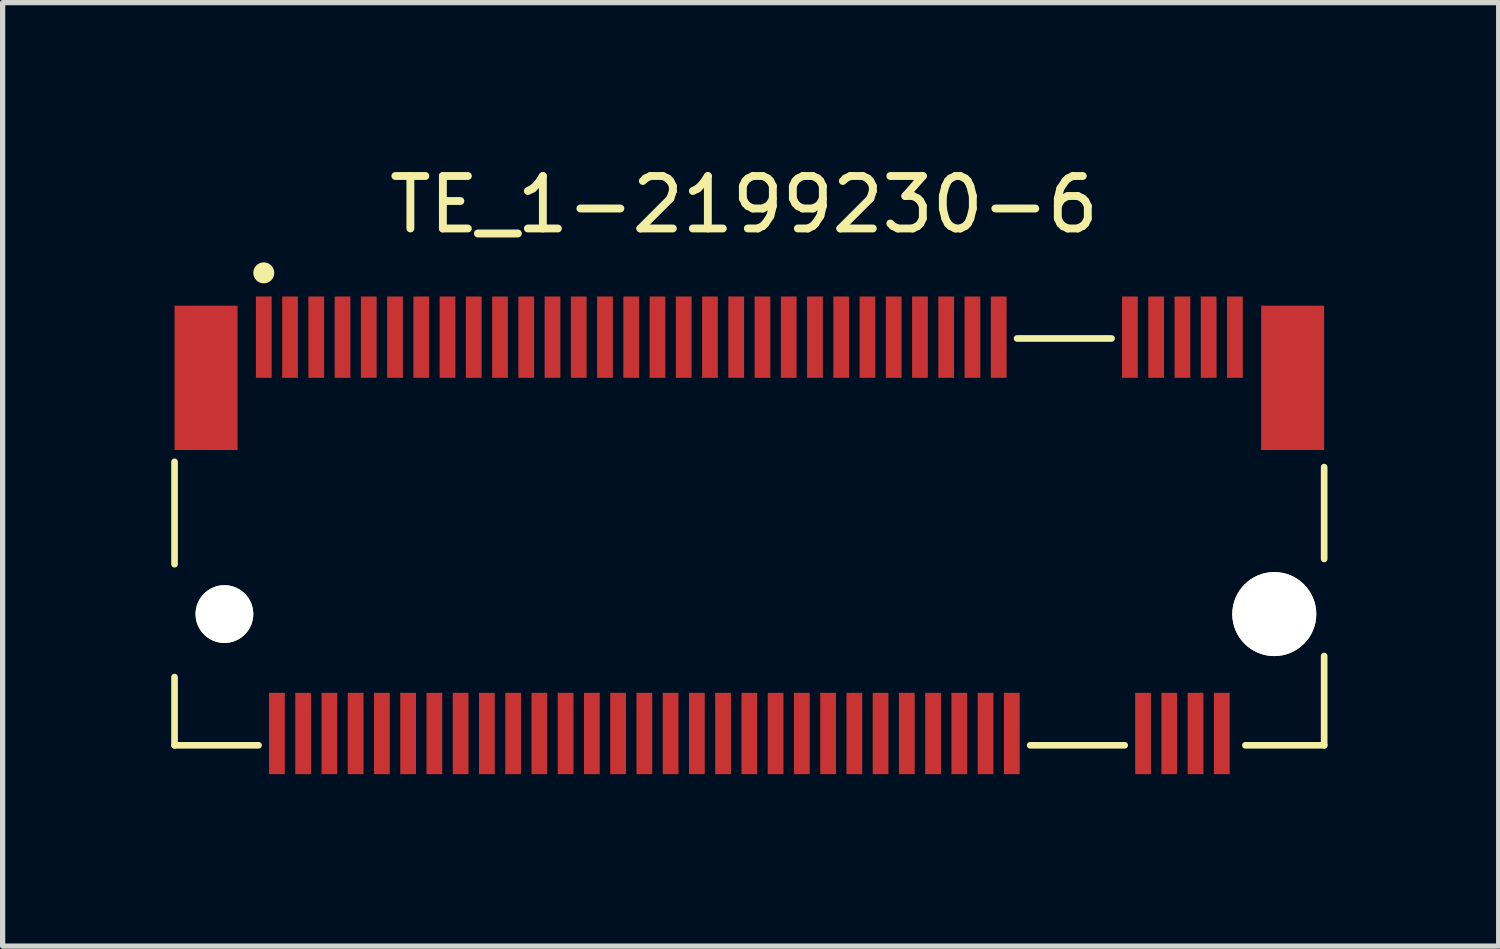
<source format=kicad_pcb>
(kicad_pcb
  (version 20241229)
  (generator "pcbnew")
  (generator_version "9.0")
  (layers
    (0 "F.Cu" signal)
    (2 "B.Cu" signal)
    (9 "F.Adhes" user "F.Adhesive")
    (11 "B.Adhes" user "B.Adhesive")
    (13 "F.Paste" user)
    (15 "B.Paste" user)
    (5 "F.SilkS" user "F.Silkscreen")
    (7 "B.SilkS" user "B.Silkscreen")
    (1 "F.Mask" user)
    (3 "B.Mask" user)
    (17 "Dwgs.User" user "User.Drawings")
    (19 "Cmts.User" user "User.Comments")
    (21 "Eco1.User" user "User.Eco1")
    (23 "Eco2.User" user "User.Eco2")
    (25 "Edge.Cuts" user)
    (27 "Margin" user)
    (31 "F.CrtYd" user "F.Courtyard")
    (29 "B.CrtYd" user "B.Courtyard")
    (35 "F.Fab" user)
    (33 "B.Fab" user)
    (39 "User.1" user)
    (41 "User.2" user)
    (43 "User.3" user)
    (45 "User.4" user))
  (footprint "TE_1-2199230-6"
    (layer "F.Cu")
    (at 11.225 8.648)
    (property "Reference" "TE_1-2199230-6" (at -0.1 -7.8 0) (layer "F.SilkS") (effects (font (size 1 1) (thickness 0.15))))
    (attr smd)
    (fp_line (start -10.95 -2.9) (end -10.95 -0.95) (stroke (width 0.127) (type solid)) (layer "F.SilkS"))
    (fp_line (start -10.95 1.2) (end -10.95 2.5) (stroke (width 0.127) (type solid)) (layer "F.SilkS"))
    (fp_line (start -10.95 2.5) (end -9.35 2.5) (stroke (width 0.127) (type solid)) (layer "F.SilkS"))
    (fp_line (start 5.1 -5.25) (end 6.9 -5.25) (stroke (width 0.127) (type solid)) (layer "F.SilkS"))
    (fp_line (start 5.35 2.5) (end 7.15 2.5) (stroke (width 0.127) (type solid)) (layer "F.SilkS"))
    (fp_line (start 9.45 2.5) (end 10.95 2.5) (stroke (width 0.127) (type solid)) (layer "F.SilkS"))
    (fp_line (start 10.95 -1.05) (end 10.95 -2.8) (stroke (width 0.127) (type solid)) (layer "F.SilkS"))
    (fp_line (start 10.95 2.5) (end 10.95 0.8) (stroke (width 0.127) (type solid)) (layer "F.SilkS"))
    (fp_circle (center -9.25 -6.5) (end -9.15 -6.5) (stroke (width 0.2) (type solid)) (fill no) (layer "F.SilkS"))
    (fp_line (start -11.2 -6.3) (end -11.2 3.3) (stroke (width 0.05) (type solid)) (layer "Eco1.User"))
    (fp_line (start -11.2 3.3) (end 11.25 3.3) (stroke (width 0.05) (type solid)) (layer "Eco1.User"))
    (fp_line (start 11.25 -6.3) (end -11.2 -6.3) (stroke (width 0.05) (type solid)) (layer "Eco1.User"))
    (fp_line (start 11.25 3.3) (end 11.25 -6.3) (stroke (width 0.05) (type solid)) (layer "Eco1.User"))
    (fp_line (start -10.95 -5.25) (end 10.95 -5.25) (stroke (width 0.127) (type solid)) (layer "Eco2.User"))
    (fp_line (start -10.95 2.5) (end -10.95 -5.25) (stroke (width 0.127) (type solid)) (layer "Eco2.User"))
    (fp_line (start 10.95 -5.25) (end 10.95 2.5) (stroke (width 0.127) (type solid)) (layer "Eco2.User"))
    (fp_line (start 10.95 2.5) (end -10.95 2.5) (stroke (width 0.127) (type solid)) (layer "Eco2.User"))
    (pad "" np_thru_hole circle (at -10 0) (size 1.1 1.1) (drill 1.1) (layers "*.Cu" "*.Mask" "F.SilkS"))
    (pad "" np_thru_hole circle (at 10 0) (size 1.6 1.6) (drill 1.6) (layers "*.Cu" "*.Mask" "F.SilkS"))
    (pad "1" smd rect (at -9.25 -5.275) (size 0.3 1.55) (layers "F.Cu" "F.Mask" "F.Paste"))
    (pad "2" smd rect (at -9 2.275) (size 0.3 1.55) (layers "F.Cu" "F.Mask" "F.Paste"))
    (pad "3" smd rect (at -8.75 -5.275) (size 0.3 1.55) (layers "F.Cu" "F.Mask" "F.Paste"))
    (pad "4" smd rect (at -8.5 2.275) (size 0.3 1.55) (layers "F.Cu" "F.Mask" "F.Paste"))
    (pad "5" smd rect (at -8.25 -5.275) (size 0.3 1.55) (layers "F.Cu" "F.Mask" "F.Paste"))
    (pad "6" smd rect (at -8 2.275) (size 0.3 1.55) (layers "F.Cu" "F.Mask" "F.Paste"))
    (pad "7" smd rect (at -7.75 -5.275) (size 0.3 1.55) (layers "F.Cu" "F.Mask" "F.Paste"))
    (pad "8" smd rect (at -7.5 2.275) (size 0.3 1.55) (layers "F.Cu" "F.Mask" "F.Paste"))
    (pad "9" smd rect (at -7.25 -5.275) (size 0.3 1.55) (layers "F.Cu" "F.Mask" "F.Paste"))
    (pad "10" smd rect (at -7 2.275) (size 0.3 1.55) (layers "F.Cu" "F.Mask" "F.Paste"))
    (pad "11" smd rect (at -6.75 -5.275) (size 0.3 1.55) (layers "F.Cu" "F.Mask" "F.Paste"))
    (pad "12" smd rect (at -6.5 2.275) (size 0.3 1.55) (layers "F.Cu" "F.Mask" "F.Paste"))
    (pad "13" smd rect (at -6.25 -5.275) (size 0.3 1.55) (layers "F.Cu" "F.Mask" "F.Paste"))
    (pad "14" smd rect (at -6 2.275) (size 0.3 1.55) (layers "F.Cu" "F.Mask" "F.Paste"))
    (pad "15" smd rect (at -5.75 -5.275) (size 0.3 1.55) (layers "F.Cu" "F.Mask" "F.Paste"))
    (pad "16" smd rect (at -5.5 2.275) (size 0.3 1.55) (layers "F.Cu" "F.Mask" "F.Paste"))
    (pad "17" smd rect (at -5.25 -5.275) (size 0.3 1.55) (layers "F.Cu" "F.Mask" "F.Paste"))
    (pad "18" smd rect (at -5 2.275) (size 0.3 1.55) (layers "F.Cu" "F.Mask" "F.Paste"))
    (pad "19" smd rect (at -4.75 -5.275) (size 0.3 1.55) (layers "F.Cu" "F.Mask" "F.Paste"))
    (pad "20" smd rect (at -4.5 2.275) (size 0.3 1.55) (layers "F.Cu" "F.Mask" "F.Paste"))
    (pad "21" smd rect (at -4.25 -5.275) (size 0.3 1.55) (layers "F.Cu" "F.Mask" "F.Paste"))
    (pad "22" smd rect (at -4 2.275) (size 0.3 1.55) (layers "F.Cu" "F.Mask" "F.Paste"))
    (pad "23" smd rect (at -3.75 -5.275) (size 0.3 1.55) (layers "F.Cu" "F.Mask" "F.Paste"))
    (pad "24" smd rect (at -3.5 2.275) (size 0.3 1.55) (layers "F.Cu" "F.Mask" "F.Paste"))
    (pad "25" smd rect (at -3.25 -5.275) (size 0.3 1.55) (layers "F.Cu" "F.Mask" "F.Paste"))
    (pad "26" smd rect (at -3 2.275) (size 0.3 1.55) (layers "F.Cu" "F.Mask" "F.Paste"))
    (pad "27" smd rect (at -2.75 -5.275) (size 0.3 1.55) (layers "F.Cu" "F.Mask" "F.Paste"))
    (pad "28" smd rect (at -2.5 2.275) (size 0.3 1.55) (layers "F.Cu" "F.Mask" "F.Paste"))
    (pad "29" smd rect (at -2.25 -5.275) (size 0.3 1.55) (layers "F.Cu" "F.Mask" "F.Paste"))
    (pad "30" smd rect (at -2 2.275) (size 0.3 1.55) (layers "F.Cu" "F.Mask" "F.Paste"))
    (pad "31" smd rect (at -1.75 -5.275) (size 0.3 1.55) (layers "F.Cu" "F.Mask" "F.Paste"))
    (pad "32" smd rect (at -1.5 2.275) (size 0.3 1.55) (layers "F.Cu" "F.Mask" "F.Paste"))
    (pad "33" smd rect (at -1.25 -5.275) (size 0.3 1.55) (layers "F.Cu" "F.Mask" "F.Paste"))
    (pad "34" smd rect (at -1 2.275) (size 0.3 1.55) (layers "F.Cu" "F.Mask" "F.Paste"))
    (pad "35" smd rect (at -0.75 -5.275) (size 0.3 1.55) (layers "F.Cu" "F.Mask" "F.Paste"))
    (pad "36" smd rect (at -0.5 2.275) (size 0.3 1.55) (layers "F.Cu" "F.Mask" "F.Paste"))
    (pad "37" smd rect (at -0.25 -5.275) (size 0.3 1.55) (layers "F.Cu" "F.Mask" "F.Paste"))
    (pad "38" smd rect (at 0 2.275) (size 0.3 1.55) (layers "F.Cu" "F.Mask" "F.Paste"))
    (pad "39" smd rect (at 0.25 -5.275) (size 0.3 1.55) (layers "F.Cu" "F.Mask" "F.Paste"))
    (pad "40" smd rect (at 0.5 2.275) (size 0.3 1.55) (layers "F.Cu" "F.Mask" "F.Paste"))
    (pad "41" smd rect (at 0.75 -5.275) (size 0.3 1.55) (layers "F.Cu" "F.Mask" "F.Paste"))
    (pad "42" smd rect (at 1 2.275) (size 0.3 1.55) (layers "F.Cu" "F.Mask" "F.Paste"))
    (pad "43" smd rect (at 1.25 -5.275) (size 0.3 1.55) (layers "F.Cu" "F.Mask" "F.Paste"))
    (pad "44" smd rect (at 1.5 2.275) (size 0.3 1.55) (layers "F.Cu" "F.Mask" "F.Paste"))
    (pad "45" smd rect (at 1.75 -5.275) (size 0.3 1.55) (layers "F.Cu" "F.Mask" "F.Paste"))
    (pad "46" smd rect (at 2 2.275) (size 0.3 1.55) (layers "F.Cu" "F.Mask" "F.Paste"))
    (pad "47" smd rect (at 2.25 -5.275) (size 0.3 1.55) (layers "F.Cu" "F.Mask" "F.Paste"))
    (pad "48" smd rect (at 2.5 2.275) (size 0.3 1.55) (layers "F.Cu" "F.Mask" "F.Paste"))
    (pad "49" smd rect (at 2.75 -5.275) (size 0.3 1.55) (layers "F.Cu" "F.Mask" "F.Paste"))
    (pad "50" smd rect (at 3 2.275) (size 0.3 1.55) (layers "F.Cu" "F.Mask" "F.Paste"))
    (pad "51" smd rect (at 3.25 -5.275) (size 0.3 1.55) (layers "F.Cu" "F.Mask" "F.Paste"))
    (pad "52" smd rect (at 3.5 2.275) (size 0.3 1.55) (layers "F.Cu" "F.Mask" "F.Paste"))
    (pad "53" smd rect (at 3.75 -5.275) (size 0.3 1.55) (layers "F.Cu" "F.Mask" "F.Paste"))
    (pad "54" smd rect (at 4 2.275) (size 0.3 1.55) (layers "F.Cu" "F.Mask" "F.Paste"))
    (pad "55" smd rect (at 4.25 -5.275) (size 0.3 1.55) (layers "F.Cu" "F.Mask" "F.Paste"))
    (pad "56" smd rect (at 4.5 2.275) (size 0.3 1.55) (layers "F.Cu" "F.Mask" "F.Paste"))
    (pad "57" smd rect (at 4.75 -5.275) (size 0.3 1.55) (layers "F.Cu" "F.Mask" "F.Paste"))
    (pad "58" smd rect (at 5 2.275) (size 0.3 1.55) (layers "F.Cu" "F.Mask" "F.Paste"))
    (pad "67" smd rect (at 7.25 -5.275) (size 0.3 1.55) (layers "F.Cu" "F.Mask" "F.Paste"))
    (pad "68" smd rect (at 7.5 2.275) (size 0.3 1.55) (layers "F.Cu" "F.Mask" "F.Paste"))
    (pad "69" smd rect (at 7.75 -5.275) (size 0.3 1.55) (layers "F.Cu" "F.Mask" "F.Paste"))
    (pad "70" smd rect (at 8 2.275) (size 0.3 1.55) (layers "F.Cu" "F.Mask" "F.Paste"))
    (pad "71" smd rect (at 8.25 -5.275) (size 0.3 1.55) (layers "F.Cu" "F.Mask" "F.Paste"))
    (pad "72" smd rect (at 8.5 2.275) (size 0.3 1.55) (layers "F.Cu" "F.Mask" "F.Paste"))
    (pad "73" smd rect (at 8.75 -5.275) (size 0.3 1.55) (layers "F.Cu" "F.Mask" "F.Paste"))
    (pad "74" smd rect (at 9 2.275) (size 0.3 1.55) (layers "F.Cu" "F.Mask" "F.Paste"))
    (pad "75" smd rect (at 9.25 -5.275) (size 0.3 1.55) (layers "F.Cu" "F.Mask" "F.Paste"))
    (pad "S1" smd rect (at -10.35 -4.5) (size 1.2 2.75) (layers "F.Cu" "F.Mask" "F.Paste"))
    (pad "S2" smd rect (at 10.35 -4.5) (size 1.2 2.75) (layers "F.Cu" "F.Mask" "F.Paste")))
  (gr_rect
    (start -3 -3)
    (end 25.5 14.973)
    (stroke (width 0.1) (type default))
    (fill no)
    (layer "Edge.Cuts")))
</source>
